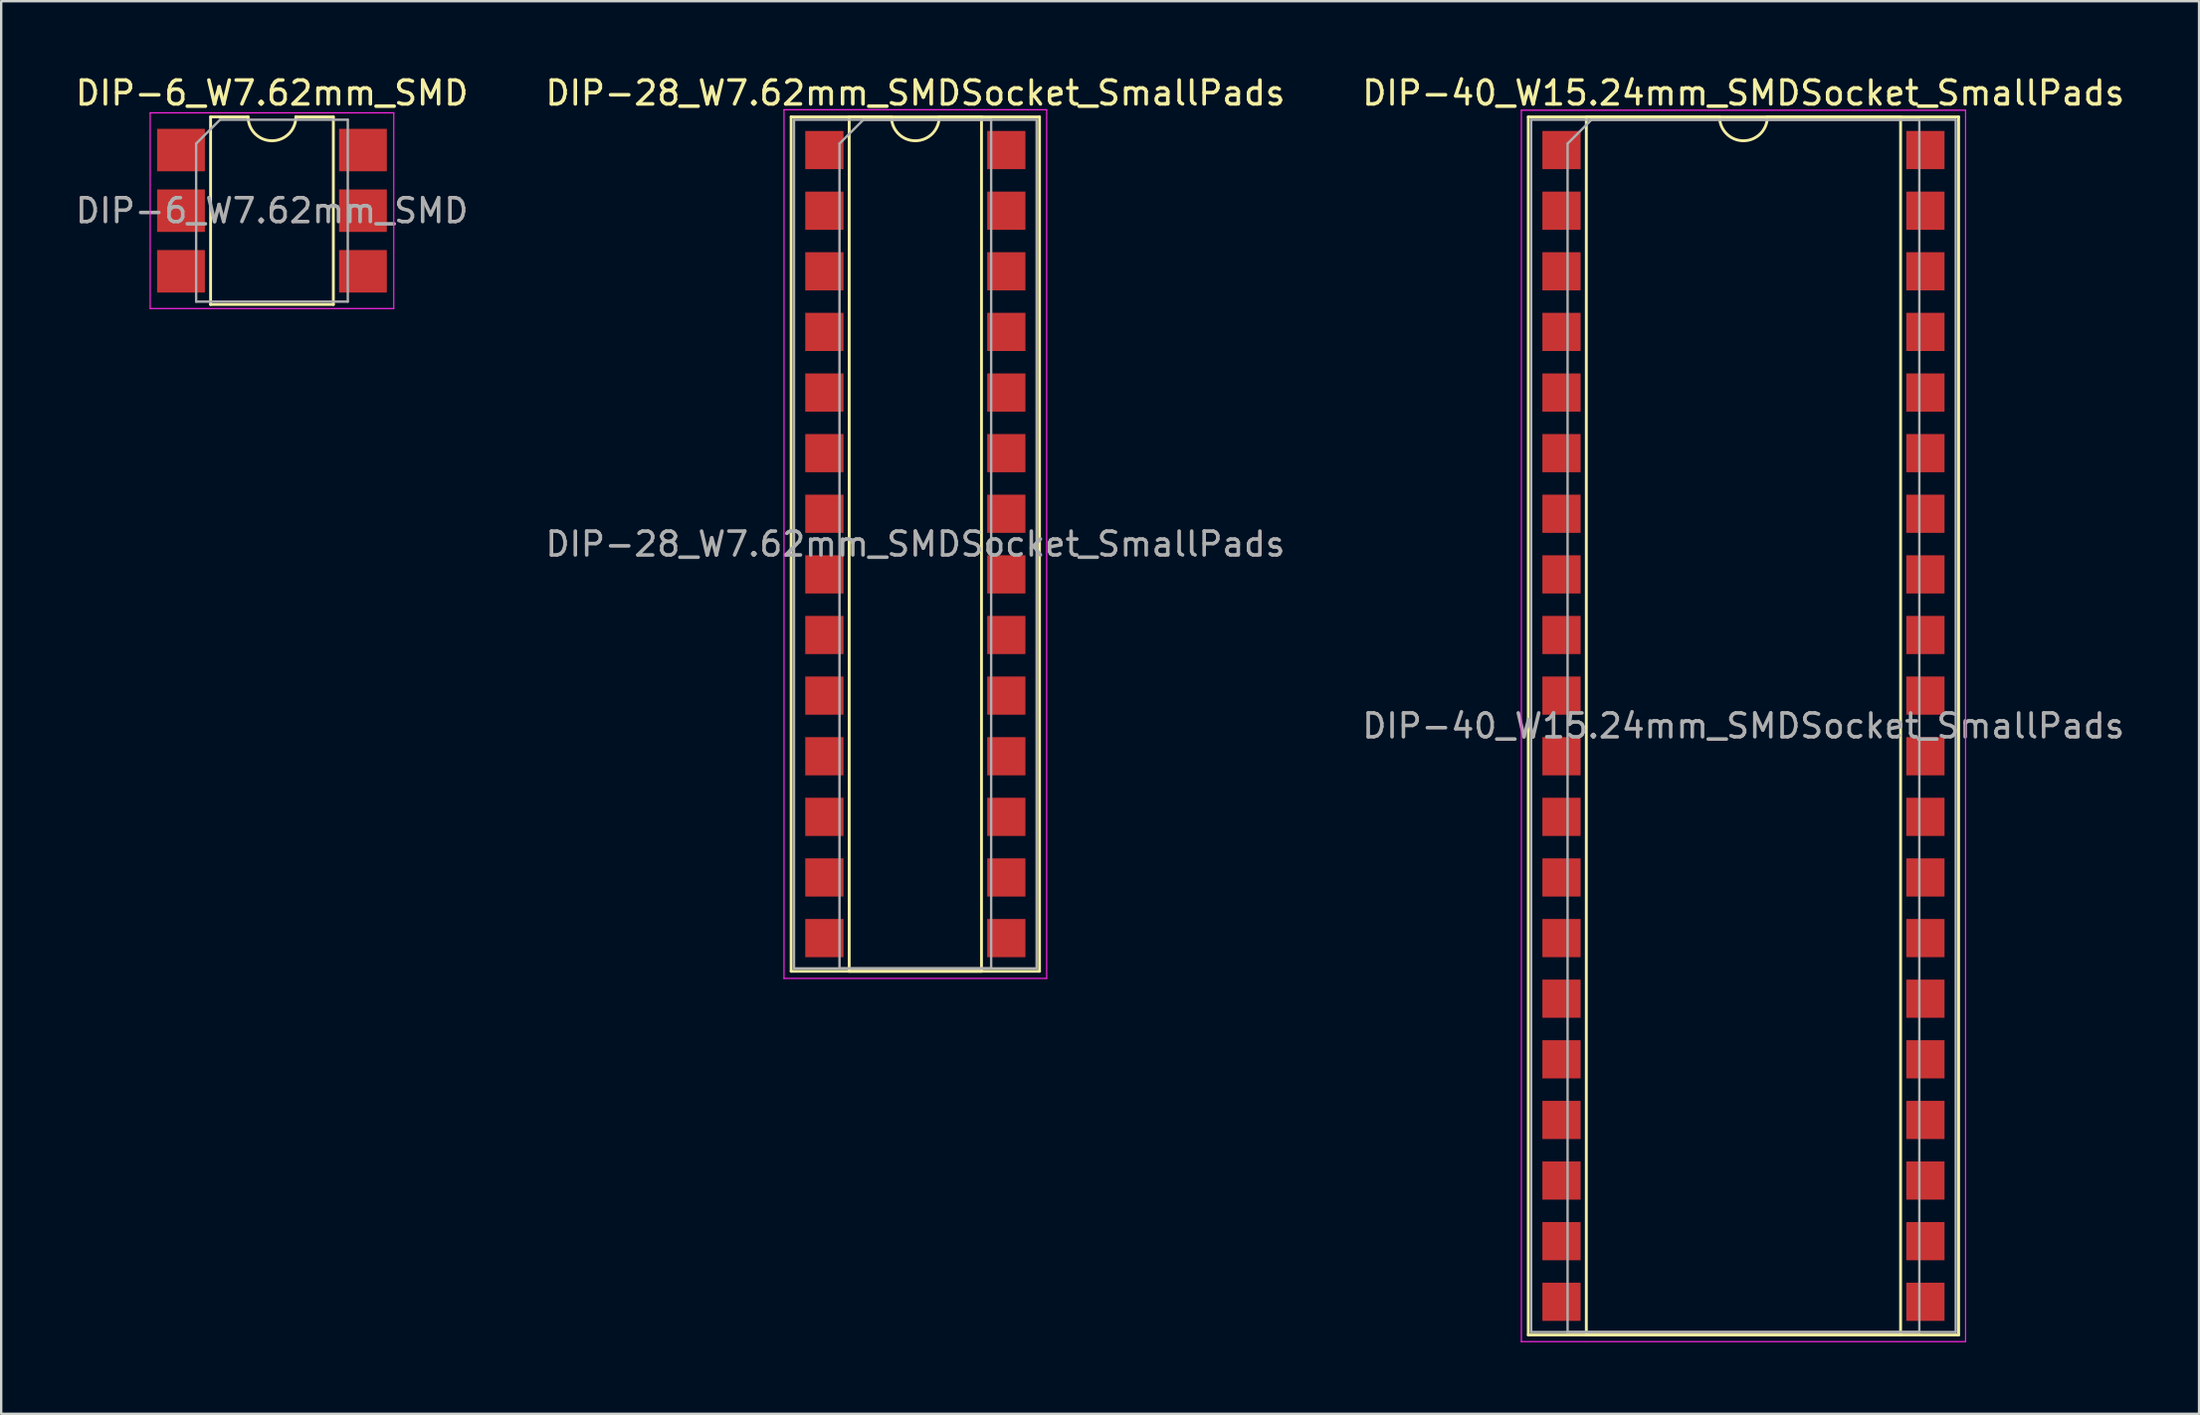
<source format=kicad_pcb>
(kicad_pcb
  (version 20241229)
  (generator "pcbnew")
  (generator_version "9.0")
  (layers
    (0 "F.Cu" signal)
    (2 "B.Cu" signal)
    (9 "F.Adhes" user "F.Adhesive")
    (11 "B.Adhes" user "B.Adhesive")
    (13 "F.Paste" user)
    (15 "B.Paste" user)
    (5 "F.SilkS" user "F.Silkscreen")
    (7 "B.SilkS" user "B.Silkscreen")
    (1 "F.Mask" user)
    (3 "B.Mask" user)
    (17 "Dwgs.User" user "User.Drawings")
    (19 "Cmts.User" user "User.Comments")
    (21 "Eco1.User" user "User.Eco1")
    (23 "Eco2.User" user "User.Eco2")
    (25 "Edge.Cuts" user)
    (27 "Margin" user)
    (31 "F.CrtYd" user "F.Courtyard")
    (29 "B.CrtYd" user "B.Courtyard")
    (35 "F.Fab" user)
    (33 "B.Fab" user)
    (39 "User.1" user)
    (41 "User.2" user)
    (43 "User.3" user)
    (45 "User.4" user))
  (footprint "DIP-6_W7.62mm_SMD"
    (layer "F.Cu")
    (at 8.339 5.778)
    (property "Reference" "DIP-6_W7.62mm_SMD" (at 0 -4.93 0) (layer "F.SilkS") (effects (font (size 1 1) (thickness 0.15))))
    (attr smd)
    (fp_line (start -2.57 -3.93) (end -2.57 3.93) (stroke (width 0.12) (type solid)) (layer "F.SilkS"))
    (fp_line (start -2.57 3.93) (end 2.57 3.93) (stroke (width 0.12) (type solid)) (layer "F.SilkS"))
    (fp_line (start -1 -3.93) (end -2.57 -3.93) (stroke (width 0.12) (type solid)) (layer "F.SilkS"))
    (fp_line (start 2.57 -3.93) (end 1 -3.93) (stroke (width 0.12) (type solid)) (layer "F.SilkS"))
    (fp_line (start 2.57 3.93) (end 2.57 -3.93) (stroke (width 0.12) (type solid)) (layer "F.SilkS"))
    (fp_arc (start 1 -3.93) (mid 0 -2.93) (end -1 -3.93) (stroke (width 0.12) (type solid)) (layer "F.SilkS"))
    (fp_line (start -5.1 -4.1) (end -5.1 4.1) (stroke (width 0.05) (type solid)) (layer "F.CrtYd"))
    (fp_line (start -5.1 4.1) (end 5.1 4.1) (stroke (width 0.05) (type solid)) (layer "F.CrtYd"))
    (fp_line (start 5.1 -4.1) (end -5.1 -4.1) (stroke (width 0.05) (type solid)) (layer "F.CrtYd"))
    (fp_line (start 5.1 4.1) (end 5.1 -4.1) (stroke (width 0.05) (type solid)) (layer "F.CrtYd"))
    (fp_line (start -3.175 -2.81) (end -2.175 -3.81) (stroke (width 0.1) (type solid)) (layer "F.Fab"))
    (fp_line (start -3.175 3.81) (end -3.175 -2.81) (stroke (width 0.1) (type solid)) (layer "F.Fab"))
    (fp_line (start -2.175 -3.81) (end 3.175 -3.81) (stroke (width 0.1) (type solid)) (layer "F.Fab"))
    (fp_line (start 3.175 -3.81) (end 3.175 3.81) (stroke (width 0.1) (type solid)) (layer "F.Fab"))
    (fp_line (start 3.175 3.81) (end -3.175 3.81) (stroke (width 0.1) (type solid)) (layer "F.Fab"))
    (fp_text user "${REFERENCE}" (at 0 0 0) (layer "F.Fab") (effects (font (size 1 1) (thickness 0.15))))
    (pad "1" smd rect (at -3.81 -2.54) (size 2 1.78) (layers "F.Cu" "F.Mask" "F.Paste"))
    (pad "2" smd rect (at -3.81 0) (size 2 1.78) (layers "F.Cu" "F.Mask" "F.Paste"))
    (pad "3" smd rect (at -3.81 2.54) (size 2 1.78) (layers "F.Cu" "F.Mask" "F.Paste"))
    (pad "4" smd rect (at 3.81 2.54) (size 2 1.78) (layers "F.Cu" "F.Mask" "F.Paste"))
    (pad "5" smd rect (at 3.81 0) (size 2 1.78) (layers "F.Cu" "F.Mask" "F.Paste"))
    (pad "6" smd rect (at 3.81 -2.54) (size 2 1.78) (layers "F.Cu" "F.Mask" "F.Paste")))
  (footprint "DIP-40_W15.24mm_SMDSocket_SmallPads"
    (layer "F.Cu")
    (at 69.958 27.368)
    (property "Reference" "DIP-40_W15.24mm_SMDSocket_SmallPads" (at 0 -26.52 0) (layer "F.SilkS") (effects (font (size 1 1) (thickness 0.15))))
    (attr smd)
    (fp_line (start -9.01 -25.52) (end -9.01 25.52) (stroke (width 0.12) (type solid)) (layer "F.SilkS"))
    (fp_line (start -9.01 25.52) (end 9.01 25.52) (stroke (width 0.12) (type solid)) (layer "F.SilkS"))
    (fp_line (start -6.58 -25.52) (end -6.58 25.52) (stroke (width 0.12) (type solid)) (layer "F.SilkS"))
    (fp_line (start -6.58 25.52) (end 6.58 25.52) (stroke (width 0.12) (type solid)) (layer "F.SilkS"))
    (fp_line (start -1 -25.52) (end -6.58 -25.52) (stroke (width 0.12) (type solid)) (layer "F.SilkS"))
    (fp_line (start 6.58 -25.52) (end 1 -25.52) (stroke (width 0.12) (type solid)) (layer "F.SilkS"))
    (fp_line (start 6.58 25.52) (end 6.58 -25.52) (stroke (width 0.12) (type solid)) (layer "F.SilkS"))
    (fp_line (start 9.01 -25.52) (end -9.01 -25.52) (stroke (width 0.12) (type solid)) (layer "F.SilkS"))
    (fp_line (start 9.01 25.52) (end 9.01 -25.52) (stroke (width 0.12) (type solid)) (layer "F.SilkS"))
    (fp_arc (start 1 -25.52) (mid 0 -24.52) (end -1 -25.52) (stroke (width 0.12) (type solid)) (layer "F.SilkS"))
    (fp_line (start -9.3 -25.8) (end -9.3 25.8) (stroke (width 0.05) (type solid)) (layer "F.CrtYd"))
    (fp_line (start -9.3 25.8) (end 9.3 25.8) (stroke (width 0.05) (type solid)) (layer "F.CrtYd"))
    (fp_line (start 9.3 -25.8) (end -9.3 -25.8) (stroke (width 0.05) (type solid)) (layer "F.CrtYd"))
    (fp_line (start 9.3 25.8) (end 9.3 -25.8) (stroke (width 0.05) (type solid)) (layer "F.CrtYd"))
    (fp_line (start -8.89 -25.4) (end -8.89 25.4) (stroke (width 0.1) (type solid)) (layer "F.Fab"))
    (fp_line (start -8.89 25.4) (end 8.89 25.4) (stroke (width 0.1) (type solid)) (layer "F.Fab"))
    (fp_line (start -7.365 -24.4) (end -6.365 -25.4) (stroke (width 0.1) (type solid)) (layer "F.Fab"))
    (fp_line (start -7.365 25.4) (end -7.365 -24.4) (stroke (width 0.1) (type solid)) (layer "F.Fab"))
    (fp_line (start -6.365 -25.4) (end 7.365 -25.4) (stroke (width 0.1) (type solid)) (layer "F.Fab"))
    (fp_line (start 7.365 -25.4) (end 7.365 25.4) (stroke (width 0.1) (type solid)) (layer "F.Fab"))
    (fp_line (start 7.365 25.4) (end -7.365 25.4) (stroke (width 0.1) (type solid)) (layer "F.Fab"))
    (fp_line (start 8.89 -25.4) (end -8.89 -25.4) (stroke (width 0.1) (type solid)) (layer "F.Fab"))
    (fp_line (start 8.89 25.4) (end 8.89 -25.4) (stroke (width 0.1) (type solid)) (layer "F.Fab"))
    (fp_text user "${REFERENCE}" (at 0 0 0) (layer "F.Fab") (effects (font (size 1 1) (thickness 0.15))))
    (pad "1" smd rect (at -7.62 -24.13) (size 1.6 1.6) (layers "F.Cu" "F.Mask" "F.Paste"))
    (pad "2" smd rect (at -7.62 -21.59) (size 1.6 1.6) (layers "F.Cu" "F.Mask" "F.Paste"))
    (pad "3" smd rect (at -7.62 -19.05) (size 1.6 1.6) (layers "F.Cu" "F.Mask" "F.Paste"))
    (pad "4" smd rect (at -7.62 -16.51) (size 1.6 1.6) (layers "F.Cu" "F.Mask" "F.Paste"))
    (pad "5" smd rect (at -7.62 -13.97) (size 1.6 1.6) (layers "F.Cu" "F.Mask" "F.Paste"))
    (pad "6" smd rect (at -7.62 -11.43) (size 1.6 1.6) (layers "F.Cu" "F.Mask" "F.Paste"))
    (pad "7" smd rect (at -7.62 -8.89) (size 1.6 1.6) (layers "F.Cu" "F.Mask" "F.Paste"))
    (pad "8" smd rect (at -7.62 -6.35) (size 1.6 1.6) (layers "F.Cu" "F.Mask" "F.Paste"))
    (pad "9" smd rect (at -7.62 -3.81) (size 1.6 1.6) (layers "F.Cu" "F.Mask" "F.Paste"))
    (pad "10" smd rect (at -7.62 -1.27) (size 1.6 1.6) (layers "F.Cu" "F.Mask" "F.Paste"))
    (pad "11" smd rect (at -7.62 1.27) (size 1.6 1.6) (layers "F.Cu" "F.Mask" "F.Paste"))
    (pad "12" smd rect (at -7.62 3.81) (size 1.6 1.6) (layers "F.Cu" "F.Mask" "F.Paste"))
    (pad "13" smd rect (at -7.62 6.35) (size 1.6 1.6) (layers "F.Cu" "F.Mask" "F.Paste"))
    (pad "14" smd rect (at -7.62 8.89) (size 1.6 1.6) (layers "F.Cu" "F.Mask" "F.Paste"))
    (pad "15" smd rect (at -7.62 11.43) (size 1.6 1.6) (layers "F.Cu" "F.Mask" "F.Paste"))
    (pad "16" smd rect (at -7.62 13.97) (size 1.6 1.6) (layers "F.Cu" "F.Mask" "F.Paste"))
    (pad "17" smd rect (at -7.62 16.51) (size 1.6 1.6) (layers "F.Cu" "F.Mask" "F.Paste"))
    (pad "18" smd rect (at -7.62 19.05) (size 1.6 1.6) (layers "F.Cu" "F.Mask" "F.Paste"))
    (pad "19" smd rect (at -7.62 21.59) (size 1.6 1.6) (layers "F.Cu" "F.Mask" "F.Paste"))
    (pad "20" smd rect (at -7.62 24.13) (size 1.6 1.6) (layers "F.Cu" "F.Mask" "F.Paste"))
    (pad "21" smd rect (at 7.62 24.13) (size 1.6 1.6) (layers "F.Cu" "F.Mask" "F.Paste"))
    (pad "22" smd rect (at 7.62 21.59) (size 1.6 1.6) (layers "F.Cu" "F.Mask" "F.Paste"))
    (pad "23" smd rect (at 7.62 19.05) (size 1.6 1.6) (layers "F.Cu" "F.Mask" "F.Paste"))
    (pad "24" smd rect (at 7.62 16.51) (size 1.6 1.6) (layers "F.Cu" "F.Mask" "F.Paste"))
    (pad "25" smd rect (at 7.62 13.97) (size 1.6 1.6) (layers "F.Cu" "F.Mask" "F.Paste"))
    (pad "26" smd rect (at 7.62 11.43) (size 1.6 1.6) (layers "F.Cu" "F.Mask" "F.Paste"))
    (pad "27" smd rect (at 7.62 8.89) (size 1.6 1.6) (layers "F.Cu" "F.Mask" "F.Paste"))
    (pad "28" smd rect (at 7.62 6.35) (size 1.6 1.6) (layers "F.Cu" "F.Mask" "F.Paste"))
    (pad "29" smd rect (at 7.62 3.81) (size 1.6 1.6) (layers "F.Cu" "F.Mask" "F.Paste"))
    (pad "30" smd rect (at 7.62 1.27) (size 1.6 1.6) (layers "F.Cu" "F.Mask" "F.Paste"))
    (pad "31" smd rect (at 7.62 -1.27) (size 1.6 1.6) (layers "F.Cu" "F.Mask" "F.Paste"))
    (pad "32" smd rect (at 7.62 -3.81) (size 1.6 1.6) (layers "F.Cu" "F.Mask" "F.Paste"))
    (pad "33" smd rect (at 7.62 -6.35) (size 1.6 1.6) (layers "F.Cu" "F.Mask" "F.Paste"))
    (pad "34" smd rect (at 7.62 -8.89) (size 1.6 1.6) (layers "F.Cu" "F.Mask" "F.Paste"))
    (pad "35" smd rect (at 7.62 -11.43) (size 1.6 1.6) (layers "F.Cu" "F.Mask" "F.Paste"))
    (pad "36" smd rect (at 7.62 -13.97) (size 1.6 1.6) (layers "F.Cu" "F.Mask" "F.Paste"))
    (pad "37" smd rect (at 7.62 -16.51) (size 1.6 1.6) (layers "F.Cu" "F.Mask" "F.Paste"))
    (pad "38" smd rect (at 7.62 -19.05) (size 1.6 1.6) (layers "F.Cu" "F.Mask" "F.Paste"))
    (pad "39" smd rect (at 7.62 -21.59) (size 1.6 1.6) (layers "F.Cu" "F.Mask" "F.Paste"))
    (pad "40" smd rect (at 7.62 -24.13) (size 1.6 1.6) (layers "F.Cu" "F.Mask" "F.Paste")))
  (footprint "DIP-28_W7.62mm_SMDSocket_SmallPads"
    (layer "F.Cu")
    (at 35.28 19.748)
    (property "Reference" "DIP-28_W7.62mm_SMDSocket_SmallPads" (at 0 -18.9 0) (layer "F.SilkS") (effects (font (size 1 1) (thickness 0.15))))
    (attr smd)
    (fp_line (start -5.2 -17.9) (end -5.2 17.9) (stroke (width 0.12) (type solid)) (layer "F.SilkS"))
    (fp_line (start -5.2 17.9) (end 5.2 17.9) (stroke (width 0.12) (type solid)) (layer "F.SilkS"))
    (fp_line (start -2.77 -17.9) (end -2.77 17.9) (stroke (width 0.12) (type solid)) (layer "F.SilkS"))
    (fp_line (start -2.77 17.9) (end 2.77 17.9) (stroke (width 0.12) (type solid)) (layer "F.SilkS"))
    (fp_line (start -1 -17.9) (end -2.77 -17.9) (stroke (width 0.12) (type solid)) (layer "F.SilkS"))
    (fp_line (start 2.77 -17.9) (end 1 -17.9) (stroke (width 0.12) (type solid)) (layer "F.SilkS"))
    (fp_line (start 2.77 17.9) (end 2.77 -17.9) (stroke (width 0.12) (type solid)) (layer "F.SilkS"))
    (fp_line (start 5.2 -17.9) (end -5.2 -17.9) (stroke (width 0.12) (type solid)) (layer "F.SilkS"))
    (fp_line (start 5.2 17.9) (end 5.2 -17.9) (stroke (width 0.12) (type solid)) (layer "F.SilkS"))
    (fp_arc (start 1 -17.9) (mid 0 -16.9) (end -1 -17.9) (stroke (width 0.12) (type solid)) (layer "F.SilkS"))
    (fp_line (start -5.5 -18.2) (end -5.5 18.2) (stroke (width 0.05) (type solid)) (layer "F.CrtYd"))
    (fp_line (start -5.5 18.2) (end 5.5 18.2) (stroke (width 0.05) (type solid)) (layer "F.CrtYd"))
    (fp_line (start 5.5 -18.2) (end -5.5 -18.2) (stroke (width 0.05) (type solid)) (layer "F.CrtYd"))
    (fp_line (start 5.5 18.2) (end 5.5 -18.2) (stroke (width 0.05) (type solid)) (layer "F.CrtYd"))
    (fp_line (start -5.08 -17.78) (end -5.08 17.78) (stroke (width 0.1) (type solid)) (layer "F.Fab"))
    (fp_line (start -5.08 17.78) (end 5.08 17.78) (stroke (width 0.1) (type solid)) (layer "F.Fab"))
    (fp_line (start -3.175 -16.78) (end -2.175 -17.78) (stroke (width 0.1) (type solid)) (layer "F.Fab"))
    (fp_line (start -3.175 17.78) (end -3.175 -16.78) (stroke (width 0.1) (type solid)) (layer "F.Fab"))
    (fp_line (start -2.175 -17.78) (end 3.175 -17.78) (stroke (width 0.1) (type solid)) (layer "F.Fab"))
    (fp_line (start 3.175 -17.78) (end 3.175 17.78) (stroke (width 0.1) (type solid)) (layer "F.Fab"))
    (fp_line (start 3.175 17.78) (end -3.175 17.78) (stroke (width 0.1) (type solid)) (layer "F.Fab"))
    (fp_line (start 5.08 -17.78) (end -5.08 -17.78) (stroke (width 0.1) (type solid)) (layer "F.Fab"))
    (fp_line (start 5.08 17.78) (end 5.08 -17.78) (stroke (width 0.1) (type solid)) (layer "F.Fab"))
    (fp_text user "${REFERENCE}" (at 0 0 0) (layer "F.Fab") (effects (font (size 1 1) (thickness 0.15))))
    (pad "1" smd rect (at -3.81 -16.51) (size 1.6 1.6) (layers "F.Cu" "F.Mask" "F.Paste"))
    (pad "2" smd rect (at -3.81 -13.97) (size 1.6 1.6) (layers "F.Cu" "F.Mask" "F.Paste"))
    (pad "3" smd rect (at -3.81 -11.43) (size 1.6 1.6) (layers "F.Cu" "F.Mask" "F.Paste"))
    (pad "4" smd rect (at -3.81 -8.89) (size 1.6 1.6) (layers "F.Cu" "F.Mask" "F.Paste"))
    (pad "5" smd rect (at -3.81 -6.35) (size 1.6 1.6) (layers "F.Cu" "F.Mask" "F.Paste"))
    (pad "6" smd rect (at -3.81 -3.81) (size 1.6 1.6) (layers "F.Cu" "F.Mask" "F.Paste"))
    (pad "7" smd rect (at -3.81 -1.27) (size 1.6 1.6) (layers "F.Cu" "F.Mask" "F.Paste"))
    (pad "8" smd rect (at -3.81 1.27) (size 1.6 1.6) (layers "F.Cu" "F.Mask" "F.Paste"))
    (pad "9" smd rect (at -3.81 3.81) (size 1.6 1.6) (layers "F.Cu" "F.Mask" "F.Paste"))
    (pad "10" smd rect (at -3.81 6.35) (size 1.6 1.6) (layers "F.Cu" "F.Mask" "F.Paste"))
    (pad "11" smd rect (at -3.81 8.89) (size 1.6 1.6) (layers "F.Cu" "F.Mask" "F.Paste"))
    (pad "12" smd rect (at -3.81 11.43) (size 1.6 1.6) (layers "F.Cu" "F.Mask" "F.Paste"))
    (pad "13" smd rect (at -3.81 13.97) (size 1.6 1.6) (layers "F.Cu" "F.Mask" "F.Paste"))
    (pad "14" smd rect (at -3.81 16.51) (size 1.6 1.6) (layers "F.Cu" "F.Mask" "F.Paste"))
    (pad "15" smd rect (at 3.81 16.51) (size 1.6 1.6) (layers "F.Cu" "F.Mask" "F.Paste"))
    (pad "16" smd rect (at 3.81 13.97) (size 1.6 1.6) (layers "F.Cu" "F.Mask" "F.Paste"))
    (pad "17" smd rect (at 3.81 11.43) (size 1.6 1.6) (layers "F.Cu" "F.Mask" "F.Paste"))
    (pad "18" smd rect (at 3.81 8.89) (size 1.6 1.6) (layers "F.Cu" "F.Mask" "F.Paste"))
    (pad "19" smd rect (at 3.81 6.35) (size 1.6 1.6) (layers "F.Cu" "F.Mask" "F.Paste"))
    (pad "20" smd rect (at 3.81 3.81) (size 1.6 1.6) (layers "F.Cu" "F.Mask" "F.Paste"))
    (pad "21" smd rect (at 3.81 1.27) (size 1.6 1.6) (layers "F.Cu" "F.Mask" "F.Paste"))
    (pad "22" smd rect (at 3.81 -1.27) (size 1.6 1.6) (layers "F.Cu" "F.Mask" "F.Paste"))
    (pad "23" smd rect (at 3.81 -3.81) (size 1.6 1.6) (layers "F.Cu" "F.Mask" "F.Paste"))
    (pad "24" smd rect (at 3.81 -6.35) (size 1.6 1.6) (layers "F.Cu" "F.Mask" "F.Paste"))
    (pad "25" smd rect (at 3.81 -8.89) (size 1.6 1.6) (layers "F.Cu" "F.Mask" "F.Paste"))
    (pad "26" smd rect (at 3.81 -11.43) (size 1.6 1.6) (layers "F.Cu" "F.Mask" "F.Paste"))
    (pad "27" smd rect (at 3.81 -13.97) (size 1.6 1.6) (layers "F.Cu" "F.Mask" "F.Paste"))
    (pad "28" smd rect (at 3.81 -16.51) (size 1.6 1.6) (layers "F.Cu" "F.Mask" "F.Paste")))
  (gr_rect
    (start -3 -3)
    (end 89.036 56.193)
    (stroke (width 0.1) (type default))
    (fill no)
    (layer "Edge.Cuts")))
</source>
